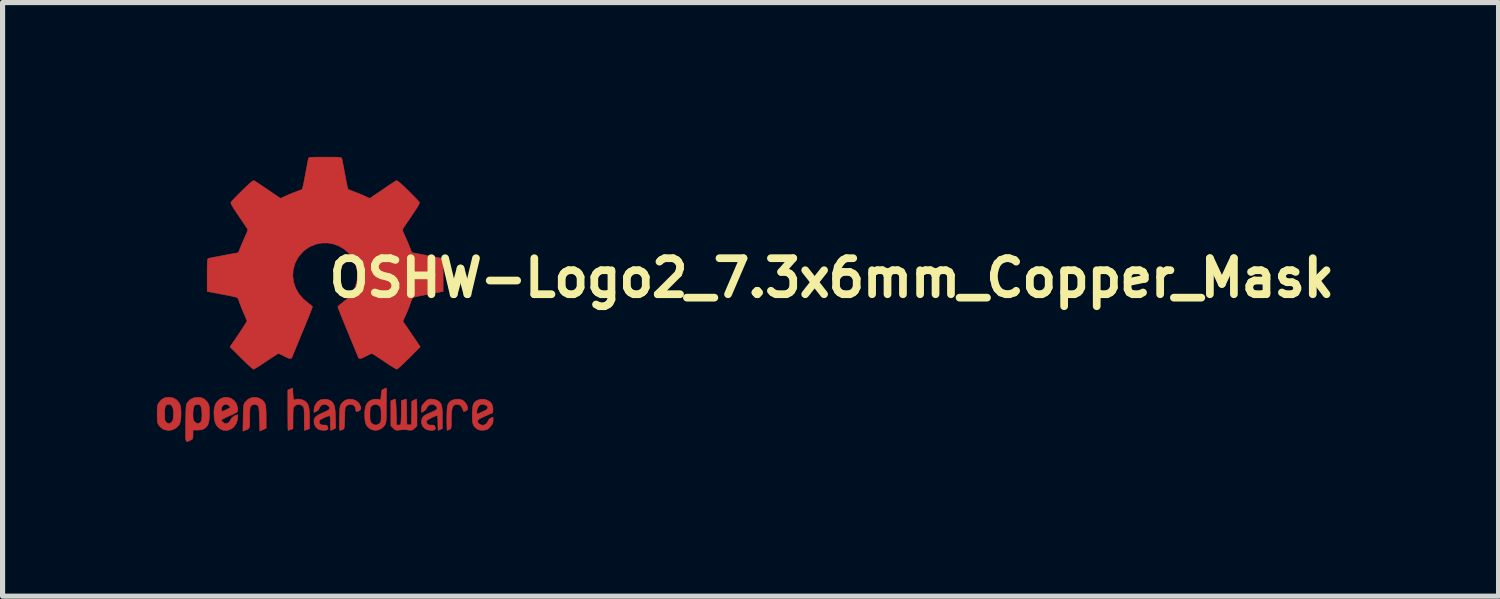
<source format=kicad_pcb>
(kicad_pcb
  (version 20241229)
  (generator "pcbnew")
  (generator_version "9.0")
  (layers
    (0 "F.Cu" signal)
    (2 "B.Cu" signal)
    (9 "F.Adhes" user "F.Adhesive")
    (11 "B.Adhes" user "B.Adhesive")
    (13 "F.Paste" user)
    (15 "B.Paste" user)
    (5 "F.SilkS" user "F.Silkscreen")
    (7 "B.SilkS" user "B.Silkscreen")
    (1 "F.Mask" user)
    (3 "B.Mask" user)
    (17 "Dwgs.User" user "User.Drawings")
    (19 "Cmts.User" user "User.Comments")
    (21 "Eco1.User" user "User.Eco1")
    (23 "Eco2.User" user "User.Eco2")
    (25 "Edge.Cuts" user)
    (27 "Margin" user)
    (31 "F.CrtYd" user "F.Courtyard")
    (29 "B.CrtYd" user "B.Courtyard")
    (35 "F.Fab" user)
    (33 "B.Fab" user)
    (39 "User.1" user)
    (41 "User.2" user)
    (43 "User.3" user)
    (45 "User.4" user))
  (footprint "OSHW-Logo2_7.3x6mm_Copper_Mask"
    (layer "F.Cu")
    (at 3.271 2.763)
    (property "Reference" "OSHW-Logo2_7.3x6mm_Copper_Mask" (at 0 0 0) (layer "F.SilkS") (effects (font (size 0.7 0.7) (thickness 0.15)) (justify left bottom)))
    (attr through_hole)
    (fp_poly (pts (xy 2.652 1.958) (xy 2.669 1.966) (xy 2.711 1.999) (xy 2.746 2.046) (xy 2.768 2.097) (xy 2.772 2.122) (xy 2.76 2.156) (xy 2.734 2.175) (xy 2.705 2.186) (xy 2.693 2.188) (xy 2.686 2.173) (xy 2.674 2.141) (xy 2.669 2.126) (xy 2.638 2.075) (xy 2.594 2.05) (xy 2.538 2.051) (xy 2.533 2.052) (xy 2.503 2.066) (xy 2.481 2.094) (xy 2.466 2.139) (xy 2.457 2.204) (xy 2.453 2.293) (xy 2.452 2.341) (xy 2.452 2.416) (xy 2.451 2.467) (xy 2.448 2.499) (xy 2.442 2.518) (xy 2.431 2.529) (xy 2.416 2.537) (xy 2.415 2.537) (xy 2.386 2.549) (xy 2.372 2.554) (xy 2.37 2.54) (xy 2.368 2.502) (xy 2.366 2.445) (xy 2.365 2.374) (xy 2.365 2.321) (xy 2.366 2.22) (xy 2.37 2.143) (xy 2.377 2.086) (xy 2.389 2.044) (xy 2.407 2.014) (xy 2.432 1.99) (xy 2.457 1.973) (xy 2.517 1.951) (xy 2.586 1.946) (xy 2.652 1.958)) (stroke (width 0.01) (type solid)) (fill yes) (layer "F.Cu"))
    (fp_poly (pts (xy -1.284 1.927) (xy -1.238 1.954) (xy -1.205 1.981) (xy -1.182 2.009) (xy -1.165 2.043) (xy -1.155 2.089) (xy -1.15 2.15) (xy -1.147 2.233) (xy -1.147 2.293) (xy -1.147 2.512) (xy -1.209 2.54) (xy -1.27 2.567) (xy -1.278 2.327) (xy -1.281 2.238) (xy -1.284 2.172) (xy -1.288 2.128) (xy -1.293 2.098) (xy -1.3 2.08) (xy -1.31 2.069) (xy -1.313 2.067) (xy -1.361 2.048) (xy -1.409 2.055) (xy -1.437 2.075) (xy -1.449 2.089) (xy -1.457 2.108) (xy -1.462 2.136) (xy -1.465 2.179) (xy -1.466 2.241) (xy -1.466 2.307) (xy -1.466 2.389) (xy -1.468 2.447) (xy -1.473 2.486) (xy -1.483 2.511) (xy -1.5 2.528) (xy -1.526 2.541) (xy -1.561 2.554) (xy -1.599 2.569) (xy -1.594 2.311) (xy -1.593 2.218) (xy -1.59 2.149) (xy -1.587 2.1) (xy -1.583 2.066) (xy -1.576 2.041) (xy -1.566 2.022) (xy -1.555 2.004) (xy -1.499 1.949) (xy -1.432 1.917) (xy -1.358 1.91) (xy -1.284 1.927)) (stroke (width 0.01) (type solid)) (fill yes) (layer "F.Cu"))
    (fp_poly (pts (xy 0.529 1.949) (xy 0.595 1.974) (xy 0.649 2.017) (xy 0.67 2.047) (xy 0.692 2.102) (xy 0.692 2.143) (xy 0.668 2.17) (xy 0.659 2.174) (xy 0.621 2.189) (xy 0.602 2.185) (xy 0.595 2.161) (xy 0.595 2.148) (xy 0.582 2.099) (xy 0.551 2.064) (xy 0.507 2.048) (xy 0.458 2.052) (xy 0.418 2.074) (xy 0.405 2.086) (xy 0.395 2.101) (xy 0.389 2.124) (xy 0.385 2.159) (xy 0.382 2.212) (xy 0.38 2.287) (xy 0.379 2.311) (xy 0.377 2.393) (xy 0.375 2.451) (xy 0.372 2.489) (xy 0.367 2.513) (xy 0.358 2.526) (xy 0.346 2.534) (xy 0.339 2.538) (xy 0.307 2.55) (xy 0.288 2.554) (xy 0.281 2.54) (xy 0.278 2.499) (xy 0.276 2.43) (xy 0.277 2.333) (xy 0.277 2.318) (xy 0.28 2.229) (xy 0.282 2.165) (xy 0.286 2.119) (xy 0.291 2.086) (xy 0.299 2.063) (xy 0.31 2.043) (xy 0.316 2.035) (xy 0.35 1.998) (xy 0.387 1.969) (xy 0.392 1.966) (xy 0.459 1.946) (xy 0.529 1.949)) (stroke (width 0.01) (type solid)) (fill yes) (layer "F.Cu"))
    (fp_poly (pts (xy -0.625 1.851) (xy -0.62 1.91) (xy -0.615 1.945) (xy -0.609 1.96) (xy -0.599 1.961) (xy -0.596 1.959) (xy -0.553 1.946) (xy -0.497 1.946) (xy -0.441 1.96) (xy -0.405 1.977) (xy -0.369 2.005) (xy -0.343 2.037) (xy -0.325 2.077) (xy -0.313 2.131) (xy -0.307 2.203) (xy -0.305 2.298) (xy -0.305 2.317) (xy -0.305 2.522) (xy -0.351 2.538) (xy -0.383 2.549) (xy -0.401 2.554) (xy -0.402 2.554) (xy -0.404 2.54) (xy -0.405 2.503) (xy -0.406 2.446) (xy -0.407 2.375) (xy -0.407 2.332) (xy -0.407 2.246) (xy -0.408 2.185) (xy -0.411 2.144) (xy -0.415 2.116) (xy -0.423 2.098) (xy -0.434 2.084) (xy -0.44 2.078) (xy -0.487 2.051) (xy -0.538 2.049) (xy -0.584 2.071) (xy -0.593 2.08) (xy -0.606 2.095) (xy -0.614 2.113) (xy -0.62 2.139) (xy -0.623 2.179) (xy -0.624 2.237) (xy -0.625 2.318) (xy -0.625 2.522) (xy -0.67 2.538) (xy -0.703 2.549) (xy -0.721 2.554) (xy -0.722 2.54) (xy -0.724 2.501) (xy -0.725 2.44) (xy -0.725 2.362) (xy -0.726 2.269) (xy -0.726 2.166) (xy -0.726 1.769) (xy -0.679 1.749) (xy -0.632 1.729) (xy -0.625 1.851)) (stroke (width 0.01) (type solid)) (fill yes) (layer "F.Cu"))
    (fp_poly (pts (xy 1.779 1.958) (xy 1.782 1.996) (xy 1.783 2.054) (xy 1.784 2.128) (xy 1.785 2.205) (xy 1.785 2.465) (xy 1.739 2.511) (xy 1.707 2.539) (xy 1.679 2.55) (xy 1.641 2.55) (xy 1.626 2.548) (xy 1.579 2.542) (xy 1.54 2.539) (xy 1.531 2.539) (xy 1.499 2.541) (xy 1.453 2.546) (xy 1.435 2.548) (xy 1.392 2.551) (xy 1.362 2.544) (xy 1.333 2.521) (xy 1.323 2.511) (xy 1.277 2.465) (xy 1.277 1.978) (xy 1.314 1.961) (xy 1.346 1.949) (xy 1.364 1.944) (xy 1.369 1.958) (xy 1.373 1.997) (xy 1.377 2.056) (xy 1.38 2.131) (xy 1.382 2.195) (xy 1.386 2.445) (xy 1.42 2.45) (xy 1.452 2.447) (xy 1.467 2.436) (xy 1.472 2.415) (xy 1.475 2.371) (xy 1.478 2.309) (xy 1.48 2.234) (xy 1.48 2.196) (xy 1.48 1.976) (xy 1.526 1.96) (xy 1.558 1.95) (xy 1.576 1.944) (xy 1.578 1.958) (xy 1.58 1.996) (xy 1.582 2.054) (xy 1.584 2.127) (xy 1.585 2.195) (xy 1.589 2.445) (xy 1.676 2.445) (xy 1.68 2.217) (xy 1.684 1.988) (xy 1.726 1.966) (xy 1.758 1.951) (xy 1.776 1.944) (xy 1.777 1.944) (xy 1.779 1.958)) (stroke (width 0.01) (type solid)) (fill yes) (layer "F.Cu"))
    (fp_poly (pts (xy -2.959 1.921) (xy -2.891 1.957) (xy -2.841 2.015) (xy -2.823 2.052) (xy -2.809 2.107) (xy -2.802 2.178) (xy -2.802 2.254) (xy -2.807 2.329) (xy -2.818 2.394) (xy -2.835 2.44) (xy -2.84 2.448) (xy -2.9 2.508) (xy -2.972 2.544) (xy -3.049 2.555) (xy -3.128 2.538) (xy -3.15 2.529) (xy -3.192 2.499) (xy -3.23 2.459) (xy -3.233 2.454) (xy -3.248 2.43) (xy -3.257 2.404) (xy -3.263 2.37) (xy -3.265 2.321) (xy -3.266 2.25) (xy -3.266 2.235) (xy -3.266 2.23) (xy -3.121 2.23) (xy -3.12 2.296) (xy -3.117 2.34) (xy -3.11 2.368) (xy -3.098 2.388) (xy -3.092 2.394) (xy -3.057 2.419) (xy -3.024 2.418) (xy -2.99 2.397) (xy -2.969 2.374) (xy -2.957 2.34) (xy -2.95 2.287) (xy -2.95 2.281) (xy -2.949 2.185) (xy -2.961 2.114) (xy -2.986 2.068) (xy -3.024 2.047) (xy -3.038 2.046) (xy -3.073 2.052) (xy -3.098 2.071) (xy -3.112 2.109) (xy -3.12 2.168) (xy -3.121 2.23) (xy -3.266 2.23) (xy -3.266 2.16) (xy -3.263 2.108) (xy -3.258 2.071) (xy -3.25 2.045) (xy -3.236 2.021) (xy -3.234 2.017) (xy -3.184 1.958) (xy -3.13 1.923) (xy -3.065 1.91) (xy -3.043 1.909) (xy -2.959 1.921)) (stroke (width 0.01) (type solid)) (fill yes) (layer "F.Cu"))
    (fp_poly (pts (xy 3.153 1.966) (xy 3.211 2.004) (xy 3.238 2.038) (xy 3.26 2.099) (xy 3.262 2.147) (xy 3.258 2.211) (xy 3.109 2.276) (xy 3.037 2.31) (xy 2.99 2.336) (xy 2.965 2.36) (xy 2.961 2.382) (xy 2.974 2.407) (xy 2.989 2.423) (xy 3.033 2.45) (xy 3.081 2.452) (xy 3.125 2.431) (xy 3.157 2.39) (xy 3.163 2.376) (xy 3.19 2.331) (xy 3.222 2.312) (xy 3.265 2.295) (xy 3.265 2.357) (xy 3.261 2.4) (xy 3.246 2.435) (xy 3.215 2.476) (xy 3.21 2.482) (xy 3.175 2.518) (xy 3.145 2.538) (xy 3.107 2.547) (xy 3.076 2.55) (xy 3.02 2.55) (xy 2.98 2.541) (xy 2.955 2.527) (xy 2.916 2.497) (xy 2.889 2.464) (xy 2.872 2.423) (xy 2.863 2.367) (xy 2.859 2.291) (xy 2.859 2.252) (xy 2.86 2.206) (xy 2.948 2.206) (xy 2.949 2.231) (xy 2.951 2.235) (xy 2.968 2.229) (xy 3.004 2.215) (xy 3.052 2.194) (xy 3.062 2.189) (xy 3.123 2.158) (xy 3.156 2.131) (xy 3.163 2.106) (xy 3.146 2.08) (xy 3.131 2.069) (xy 3.079 2.046) (xy 3.03 2.05) (xy 2.989 2.077) (xy 2.96 2.127) (xy 2.951 2.166) (xy 2.948 2.206) (xy 2.86 2.206) (xy 2.861 2.162) (xy 2.868 2.095) (xy 2.881 2.046) (xy 2.904 2.01) (xy 2.936 1.982) (xy 2.95 1.973) (xy 3.015 1.949) (xy 3.085 1.948) (xy 3.153 1.966)) (stroke (width 0.01) (type solid)) (fill yes) (layer "F.Cu"))
    (fp_poly (pts (xy -1.832 1.931) (xy -1.775 1.969) (xy -1.731 2.025) (xy -1.704 2.096) (xy -1.699 2.148) (xy -1.7 2.169) (xy -1.705 2.186) (xy -1.719 2.201) (xy -1.746 2.217) (xy -1.791 2.239) (xy -1.858 2.269) (xy -1.92 2.297) (xy -1.971 2.322) (xy -2.005 2.342) (xy -2.018 2.352) (xy -2.007 2.376) (xy -1.98 2.401) (xy -1.95 2.42) (xy -1.934 2.423) (xy -1.892 2.411) (xy -1.856 2.379) (xy -1.838 2.344) (xy -1.821 2.318) (xy -1.788 2.289) (xy -1.748 2.264) (xy -1.714 2.25) (xy -1.707 2.249) (xy -1.698 2.262) (xy -1.698 2.293) (xy -1.704 2.336) (xy -1.715 2.382) (xy -1.731 2.422) (xy -1.731 2.424) (xy -1.778 2.489) (xy -1.838 2.533) (xy -1.906 2.554) (xy -1.977 2.552) (xy -2.045 2.523) (xy -2.048 2.521) (xy -2.101 2.473) (xy -2.136 2.41) (xy -2.156 2.327) (xy -2.158 2.304) (xy -2.163 2.194) (xy -2.157 2.142) (xy -2.018 2.142) (xy -2.016 2.174) (xy -2.006 2.184) (xy -1.982 2.177) (xy -1.943 2.16) (xy -1.899 2.139) (xy -1.898 2.139) (xy -1.861 2.119) (xy -1.847 2.107) (xy -1.85 2.093) (xy -1.866 2.075) (xy -1.905 2.049) (xy -1.947 2.047) (xy -1.984 2.066) (xy -2.01 2.102) (xy -2.018 2.142) (xy -2.157 2.142) (xy -2.153 2.106) (xy -2.129 2.036) (xy -2.095 1.987) (xy -2.034 1.937) (xy -1.966 1.913) (xy -1.898 1.911) (xy -1.832 1.931)) (stroke (width 0.01) (type solid)) (fill yes) (layer "F.Cu"))
    (fp_poly (pts (xy 1.19 2.065) (xy 1.189 2.173) (xy 1.189 2.257) (xy 1.187 2.319) (xy 1.185 2.365) (xy 1.18 2.397) (xy 1.175 2.42) (xy 1.167 2.438) (xy 1.161 2.449) (xy 1.111 2.505) (xy 1.049 2.541) (xy 0.98 2.554) (xy 0.91 2.542) (xy 0.869 2.521) (xy 0.826 2.485) (xy 0.796 2.441) (xy 0.778 2.383) (xy 0.77 2.306) (xy 0.769 2.249) (xy 0.769 2.245) (xy 0.87 2.245) (xy 0.871 2.31) (xy 0.874 2.353) (xy 0.88 2.381) (xy 0.892 2.401) (xy 0.906 2.417) (xy 0.953 2.446) (xy 1.003 2.449) (xy 1.051 2.424) (xy 1.054 2.421) (xy 1.07 2.403) (xy 1.08 2.383) (xy 1.086 2.352) (xy 1.088 2.304) (xy 1.088 2.251) (xy 1.087 2.185) (xy 1.084 2.141) (xy 1.078 2.112) (xy 1.066 2.091) (xy 1.057 2.08) (xy 1.012 2.052) (xy 0.962 2.048) (xy 0.913 2.07) (xy 0.904 2.078) (xy 0.888 2.095) (xy 0.878 2.116) (xy 0.873 2.147) (xy 0.871 2.196) (xy 0.87 2.245) (xy 0.769 2.245) (xy 0.772 2.158) (xy 0.784 2.09) (xy 0.807 2.038) (xy 0.842 1.998) (xy 0.869 1.977) (xy 0.918 1.955) (xy 0.976 1.945) (xy 1.029 1.948) (xy 1.059 1.959) (xy 1.071 1.962) (xy 1.079 1.95) (xy 1.084 1.918) (xy 1.088 1.87) (xy 1.093 1.816) (xy 1.099 1.784) (xy 1.11 1.765) (xy 1.13 1.753) (xy 1.142 1.748) (xy 1.19 1.728) (xy 1.19 2.065)) (stroke (width 0.01) (type solid)) (fill yes) (layer "F.Cu"))
    (fp_poly (pts (xy 0.039 1.95) (xy 0.096 1.972) (xy 0.097 1.972) (xy 0.132 1.998) (xy 0.158 2.028) (xy 0.176 2.068) (xy 0.188 2.121) (xy 0.196 2.193) (xy 0.2 2.289) (xy 0.2 2.303) (xy 0.205 2.508) (xy 0.161 2.531) (xy 0.129 2.547) (xy 0.11 2.554) (xy 0.109 2.554) (xy 0.106 2.541) (xy 0.103 2.504) (xy 0.101 2.451) (xy 0.101 2.408) (xy 0.101 2.338) (xy 0.098 2.294) (xy 0.087 2.273) (xy 0.063 2.272) (xy 0.022 2.288) (xy -0.04 2.317) (xy -0.086 2.341) (xy -0.11 2.362) (xy -0.117 2.385) (xy -0.117 2.386) (xy -0.105 2.426) (xy -0.071 2.447) (xy -0.02 2.45) (xy 0.018 2.45) (xy 0.037 2.46) (xy 0.049 2.486) (xy 0.057 2.519) (xy 0.046 2.537) (xy 0.043 2.54) (xy 0.007 2.551) (xy -0.044 2.552) (xy -0.096 2.545) (xy -0.133 2.532) (xy -0.184 2.489) (xy -0.212 2.429) (xy -0.218 2.382) (xy -0.214 2.34) (xy -0.198 2.305) (xy -0.167 2.274) (xy -0.116 2.243) (xy -0.041 2.209) (xy -0.037 2.207) (xy 0.03 2.176) (xy 0.072 2.15) (xy 0.089 2.128) (xy 0.086 2.104) (xy 0.062 2.078) (xy 0.055 2.071) (xy 0.008 2.048) (xy -0.041 2.049) (xy -0.083 2.072) (xy -0.111 2.115) (xy -0.114 2.124) (xy -0.139 2.165) (xy -0.171 2.185) (xy -0.218 2.204) (xy -0.218 2.153) (xy -0.204 2.08) (xy -0.162 2.012) (xy -0.14 1.989) (xy -0.09 1.96) (xy -0.027 1.947) (xy 0.039 1.95)) (stroke (width 0.01) (type solid)) (fill yes) (layer "F.Cu"))
    (fp_poly (pts (xy -2.401 1.919) (xy -2.345 1.947) (xy -2.296 1.998) (xy -2.283 2.017) (xy -2.268 2.042) (xy -2.259 2.068) (xy -2.253 2.104) (xy -2.251 2.156) (xy -2.25 2.224) (xy -2.253 2.317) (xy -2.261 2.387) (xy -2.277 2.439) (xy -2.303 2.479) (xy -2.34 2.512) (xy -2.343 2.514) (xy -2.379 2.534) (xy -2.423 2.544) (xy -2.479 2.547) (xy -2.569 2.547) (xy -2.569 2.635) (xy -2.57 2.684) (xy -2.575 2.713) (xy -2.589 2.73) (xy -2.615 2.744) (xy -2.621 2.747) (xy -2.65 2.761) (xy -2.672 2.77) (xy -2.689 2.771) (xy -2.7 2.761) (xy -2.708 2.737) (xy -2.712 2.696) (xy -2.714 2.636) (xy -2.713 2.553) (xy -2.712 2.445) (xy -2.712 2.412) (xy -2.71 2.301) (xy -2.709 2.228) (xy -2.57 2.228) (xy -2.569 2.29) (xy -2.565 2.33) (xy -2.557 2.357) (xy -2.543 2.378) (xy -2.534 2.388) (xy -2.495 2.417) (xy -2.461 2.419) (xy -2.425 2.395) (xy -2.424 2.394) (xy -2.41 2.376) (xy -2.401 2.35) (xy -2.397 2.311) (xy -2.395 2.251) (xy -2.395 2.238) (xy -2.399 2.155) (xy -2.41 2.098) (xy -2.429 2.063) (xy -2.459 2.048) (xy -2.476 2.046) (xy -2.517 2.053) (xy -2.545 2.078) (xy -2.561 2.122) (xy -2.569 2.191) (xy -2.57 2.228) (xy -2.709 2.228) (xy -2.709 2.215) (xy -2.707 2.15) (xy -2.704 2.102) (xy -2.7 2.069) (xy -2.695 2.045) (xy -2.687 2.027) (xy -2.678 2.012) (xy -2.674 2.006) (xy -2.619 1.951) (xy -2.55 1.919) (xy -2.47 1.911) (xy -2.401 1.919)) (stroke (width 0.01) (type solid)) (fill yes) (layer "F.Cu"))
    (fp_poly (pts (xy 2.144 1.956) (xy 2.186 1.975) (xy 2.219 1.998) (xy 2.243 2.024) (xy 2.26 2.057) (xy 2.27 2.102) (xy 2.276 2.165) (xy 2.278 2.249) (xy 2.278 2.304) (xy 2.278 2.52) (xy 2.241 2.537) (xy 2.212 2.549) (xy 2.198 2.554) (xy 2.195 2.541) (xy 2.193 2.504) (xy 2.191 2.451) (xy 2.191 2.409) (xy 2.19 2.348) (xy 2.187 2.3) (xy 2.182 2.27) (xy 2.178 2.264) (xy 2.152 2.27) (xy 2.112 2.287) (xy 2.065 2.309) (xy 2.02 2.333) (xy 1.986 2.354) (xy 1.97 2.369) (xy 1.969 2.369) (xy 1.971 2.397) (xy 1.983 2.423) (xy 2.005 2.444) (xy 2.037 2.451) (xy 2.065 2.45) (xy 2.103 2.45) (xy 2.124 2.459) (xy 2.136 2.483) (xy 2.137 2.487) (xy 2.143 2.521) (xy 2.129 2.542) (xy 2.092 2.552) (xy 2.052 2.554) (xy 1.98 2.54) (xy 1.943 2.521) (xy 1.897 2.475) (xy 1.873 2.419) (xy 1.871 2.36) (xy 1.891 2.305) (xy 1.922 2.271) (xy 1.953 2.252) (xy 2.001 2.227) (xy 2.058 2.202) (xy 2.067 2.199) (xy 2.13 2.171) (xy 2.165 2.147) (xy 2.177 2.123) (xy 2.166 2.096) (xy 2.148 2.075) (xy 2.104 2.049) (xy 2.056 2.047) (xy 2.012 2.067) (xy 1.98 2.107) (xy 1.976 2.117) (xy 1.952 2.155) (xy 1.916 2.183) (xy 1.872 2.206) (xy 1.872 2.141) (xy 1.874 2.101) (xy 1.886 2.069) (xy 1.911 2.036) (xy 1.935 2.01) (xy 1.972 1.973) (xy 2.001 1.954) (xy 2.032 1.946) (xy 2.067 1.944) (xy 2.144 1.956)) (stroke (width 0.01) (type solid)) (fill yes) (layer "F.Cu"))
    (fp_poly (pts (xy 0.103 -2.758) (xy 0.182 -2.758) (xy 0.239 -2.757) (xy 0.278 -2.754) (xy 0.302 -2.751) (xy 0.316 -2.745) (xy 0.322 -2.737) (xy 0.326 -2.727) (xy 0.326 -2.726) (xy 0.331 -2.701) (xy 0.34 -2.654) (xy 0.353 -2.588) (xy 0.368 -2.508) (xy 0.384 -2.421) (xy 0.385 -2.418) (xy 0.401 -2.332) (xy 0.416 -2.256) (xy 0.429 -2.194) (xy 0.44 -2.152) (xy 0.446 -2.134) (xy 0.446 -2.133) (xy 0.464 -2.124) (xy 0.502 -2.109) (xy 0.551 -2.091) (xy 0.613 -2.068) (xy 0.685 -2.039) (xy 0.754 -2.009) (xy 0.757 -2.007) (xy 0.868 -1.957) (xy 1.115 -2.125) (xy 1.191 -2.177) (xy 1.259 -2.223) (xy 1.317 -2.26) (xy 1.359 -2.288) (xy 1.382 -2.302) (xy 1.385 -2.303) (xy 1.402 -2.298) (xy 1.433 -2.276) (xy 1.481 -2.235) (xy 1.546 -2.175) (xy 1.612 -2.11) (xy 1.676 -2.047) (xy 1.733 -1.989) (xy 1.78 -1.94) (xy 1.813 -1.904) (xy 1.83 -1.885) (xy 1.83 -1.883) (xy 1.832 -1.87) (xy 1.825 -1.848) (xy 1.808 -1.814) (xy 1.779 -1.766) (xy 1.736 -1.7) (xy 1.679 -1.615) (xy 1.628 -1.54) (xy 1.583 -1.473) (xy 1.546 -1.418) (xy 1.519 -1.378) (xy 1.505 -1.358) (xy 1.505 -1.356) (xy 1.506 -1.336) (xy 1.519 -1.298) (xy 1.54 -1.249) (xy 1.547 -1.233) (xy 1.579 -1.162) (xy 1.614 -1.082) (xy 1.642 -1.013) (xy 1.662 -0.961) (xy 1.678 -0.922) (xy 1.687 -0.902) (xy 1.689 -0.9) (xy 1.706 -0.898) (xy 1.746 -0.891) (xy 1.804 -0.88) (xy 1.874 -0.867) (xy 1.952 -0.852) (xy 2.031 -0.837) (xy 2.107 -0.822) (xy 2.174 -0.809) (xy 2.226 -0.799) (xy 2.259 -0.792) (xy 2.267 -0.79) (xy 2.276 -0.786) (xy 2.282 -0.775) (xy 2.287 -0.754) (xy 2.29 -0.721) (xy 2.291 -0.67) (xy 2.292 -0.599) (xy 2.293 -0.504) (xy 2.293 -0.465) (xy 2.293 -0.148) (xy 2.217 -0.133) (xy 2.174 -0.125) (xy 2.111 -0.113) (xy 2.034 -0.098) (xy 1.953 -0.083) (xy 1.93 -0.079) (xy 1.854 -0.064) (xy 1.788 -0.05) (xy 1.738 -0.037) (xy 1.708 -0.027) (xy 1.703 -0.024) (xy 1.691 -0.003) (xy 1.673 0.037) (xy 1.654 0.09) (xy 1.65 0.101) (xy 1.625 0.171) (xy 1.593 0.25) (xy 1.562 0.321) (xy 1.511 0.432) (xy 1.68 0.681) (xy 1.849 0.929) (xy 1.632 1.147) (xy 1.566 1.211) (xy 1.506 1.268) (xy 1.456 1.315) (xy 1.418 1.347) (xy 1.395 1.363) (xy 1.392 1.364) (xy 1.373 1.356) (xy 1.335 1.334) (xy 1.281 1.301) (xy 1.216 1.259) (xy 1.145 1.211) (xy 1.074 1.163) (xy 1.01 1.121) (xy 0.959 1.088) (xy 0.922 1.067) (xy 0.906 1.059) (xy 0.887 1.066) (xy 0.849 1.083) (xy 0.802 1.107) (xy 0.797 1.11) (xy 0.733 1.141) (xy 0.69 1.157) (xy 0.663 1.157) (xy 0.649 1.143) (xy 0.648 1.142) (xy 0.641 1.125) (xy 0.625 1.084) (xy 0.599 1.023) (xy 0.567 0.944) (xy 0.528 0.851) (xy 0.485 0.748) (xy 0.444 0.647) (xy 0.398 0.536) (xy 0.356 0.433) (xy 0.319 0.342) (xy 0.288 0.265) (xy 0.265 0.205) (xy 0.251 0.167) (xy 0.246 0.152) (xy 0.257 0.136) (xy 0.287 0.109) (xy 0.325 0.08) (xy 0.436 -0.011) (xy 0.523 -0.117) (xy 0.584 -0.233) (xy 0.619 -0.359) (xy 0.627 -0.491) (xy 0.621 -0.552) (xy 0.591 -0.679) (xy 0.537 -0.791) (xy 0.465 -0.886) (xy 0.377 -0.965) (xy 0.277 -1.026) (xy 0.168 -1.068) (xy 0.053 -1.089) (xy -0.065 -1.089) (xy -0.182 -1.066) (xy -0.295 -1.02) (xy -0.4 -0.949) (xy -0.444 -0.909) (xy -0.529 -0.805) (xy -0.587 -0.693) (xy -0.621 -0.573) (xy -0.629 -0.451) (xy -0.614 -0.33) (xy -0.574 -0.211) (xy -0.51 -0.1) (xy -0.423 0.001) (xy -0.326 0.08) (xy -0.286 0.111) (xy -0.258 0.137) (xy -0.247 0.152) (xy -0.253 0.169) (xy -0.268 0.21) (xy -0.292 0.271) (xy -0.323 0.35) (xy -0.361 0.442) (xy -0.403 0.546) (xy -0.445 0.647) (xy -0.491 0.758) (xy -0.533 0.861) (xy -0.571 0.953) (xy -0.603 1.03) (xy -0.628 1.089) (xy -0.644 1.128) (xy -0.65 1.142) (xy -0.664 1.157) (xy -0.691 1.157) (xy -0.734 1.142) (xy -0.798 1.11) (xy -0.846 1.085) (xy -0.885 1.067) (xy -0.906 1.059) (xy -0.907 1.059) (xy -0.924 1.067) (xy -0.96 1.089) (xy -1.012 1.122) (xy -1.076 1.164) (xy -1.146 1.211) (xy -1.218 1.26) (xy -1.283 1.302) (xy -1.337 1.335) (xy -1.375 1.356) (xy -1.393 1.364) (xy -1.41 1.354) (xy -1.443 1.326) (xy -1.49 1.284) (xy -1.548 1.23) (xy -1.612 1.167) (xy -1.633 1.146) (xy -1.85 0.929) (xy -1.685 0.687) (xy -1.635 0.612) (xy -1.591 0.545) (xy -1.555 0.49) (xy -1.531 0.45) (xy -1.52 0.43) (xy -1.52 0.428) (xy -1.525 0.409) (xy -1.541 0.369) (xy -1.563 0.317) (xy -1.579 0.282) (xy -1.608 0.215) (xy -1.635 0.147) (xy -1.657 0.09) (xy -1.663 0.072) (xy -1.679 0.025) (xy -1.695 -0.011) (xy -1.704 -0.024) (xy -1.724 -0.033) (xy -1.766 -0.044) (xy -1.826 -0.058) (xy -1.899 -0.073) (xy -1.931 -0.079) (xy -2.013 -0.094) (xy -2.092 -0.109) (xy -2.159 -0.122) (xy -2.208 -0.131) (xy -2.218 -0.133) (xy -2.294 -0.148) (xy -2.294 -0.465) (xy -2.294 -0.569) (xy -2.293 -0.648) (xy -2.291 -0.705) (xy -2.289 -0.745) (xy -2.285 -0.769) (xy -2.279 -0.783) (xy -2.271 -0.789) (xy -2.268 -0.79) (xy -2.25 -0.795) (xy -2.208 -0.803) (xy -2.149 -0.815) (xy -2.078 -0.828) (xy -2 -0.843) (xy -1.921 -0.858) (xy -1.845 -0.872) (xy -1.779 -0.885) (xy -1.728 -0.894) (xy -1.697 -0.899) (xy -1.69 -0.9) (xy -1.683 -0.913) (xy -1.669 -0.946) (xy -1.65 -0.994) (xy -1.643 -1.013) (xy -1.614 -1.085) (xy -1.579 -1.165) (xy -1.548 -1.233) (xy -1.525 -1.284) (xy -1.51 -1.327) (xy -1.505 -1.353) (xy -1.506 -1.356) (xy -1.516 -1.373) (xy -1.541 -1.409) (xy -1.576 -1.462) (xy -1.62 -1.527) (xy -1.67 -1.6) (xy -1.68 -1.615) (xy -1.738 -1.701) (xy -1.781 -1.766) (xy -1.809 -1.814) (xy -1.826 -1.848) (xy -1.833 -1.87) (xy -1.831 -1.883) (xy -1.817 -1.901) (xy -1.785 -1.936) (xy -1.739 -1.983) (xy -1.683 -2.04) (xy -1.62 -2.103) (xy -1.613 -2.11) (xy -1.533 -2.187) (xy -1.472 -2.244) (xy -1.427 -2.281) (xy -1.398 -2.3) (xy -1.386 -2.303) (xy -1.367 -2.292) (xy -1.329 -2.268) (xy -1.274 -2.232) (xy -1.208 -2.188) (xy -1.133 -2.137) (xy -1.116 -2.125) (xy -0.869 -1.957) (xy -0.758 -2.007) (xy -0.69 -2.037) (xy -0.617 -2.067) (xy -0.555 -2.09) (xy -0.552 -2.091) (xy -0.503 -2.109) (xy -0.465 -2.124) (xy -0.447 -2.133) (xy -0.441 -2.15) (xy -0.431 -2.19) (xy -0.418 -2.25) (xy -0.403 -2.325) (xy -0.387 -2.41) (xy -0.386 -2.418) (xy -0.369 -2.505) (xy -0.354 -2.585) (xy -0.342 -2.652) (xy -0.332 -2.7) (xy -0.327 -2.725) (xy -0.327 -2.726) (xy -0.324 -2.736) (xy -0.318 -2.744) (xy -0.305 -2.75) (xy -0.282 -2.754) (xy -0.245 -2.756) (xy -0.19 -2.758) (xy -0.114 -2.758) (xy -0.014 -2.758) (xy 0 -2.758) (xy 0.103 -2.758)) (stroke (width 0.01) (type solid)) (fill yes) (layer "F.Cu"))
    (fp_poly (pts (xy 2.652 1.958) (xy 2.669 1.966) (xy 2.711 1.999) (xy 2.746 2.046) (xy 2.768 2.097) (xy 2.772 2.122) (xy 2.76 2.156) (xy 2.734 2.175) (xy 2.705 2.186) (xy 2.693 2.188) (xy 2.686 2.173) (xy 2.674 2.141) (xy 2.669 2.126) (xy 2.638 2.075) (xy 2.594 2.05) (xy 2.538 2.051) (xy 2.533 2.052) (xy 2.503 2.066) (xy 2.481 2.094) (xy 2.466 2.139) (xy 2.457 2.204) (xy 2.453 2.293) (xy 2.452 2.341) (xy 2.452 2.416) (xy 2.451 2.467) (xy 2.448 2.499) (xy 2.442 2.518) (xy 2.431 2.529) (xy 2.416 2.537) (xy 2.415 2.537) (xy 2.386 2.549) (xy 2.372 2.554) (xy 2.37 2.54) (xy 2.368 2.502) (xy 2.366 2.445) (xy 2.365 2.374) (xy 2.365 2.321) (xy 2.366 2.22) (xy 2.37 2.143) (xy 2.377 2.086) (xy 2.389 2.044) (xy 2.407 2.014) (xy 2.432 1.99) (xy 2.457 1.973) (xy 2.517 1.951) (xy 2.586 1.946) (xy 2.652 1.958)) (stroke (width 0.01) (type solid)) (fill yes) (layer "F.Mask"))
    (fp_poly (pts (xy -1.284 1.927) (xy -1.238 1.954) (xy -1.205 1.981) (xy -1.182 2.009) (xy -1.165 2.043) (xy -1.155 2.089) (xy -1.15 2.15) (xy -1.147 2.233) (xy -1.147 2.293) (xy -1.147 2.512) (xy -1.209 2.54) (xy -1.27 2.567) (xy -1.278 2.327) (xy -1.281 2.238) (xy -1.284 2.172) (xy -1.288 2.128) (xy -1.293 2.098) (xy -1.3 2.08) (xy -1.31 2.069) (xy -1.313 2.067) (xy -1.361 2.048) (xy -1.409 2.055) (xy -1.437 2.075) (xy -1.449 2.089) (xy -1.457 2.108) (xy -1.462 2.136) (xy -1.465 2.179) (xy -1.466 2.241) (xy -1.466 2.307) (xy -1.466 2.389) (xy -1.468 2.447) (xy -1.473 2.486) (xy -1.483 2.511) (xy -1.5 2.528) (xy -1.526 2.541) (xy -1.561 2.554) (xy -1.599 2.569) (xy -1.594 2.311) (xy -1.593 2.218) (xy -1.59 2.149) (xy -1.587 2.1) (xy -1.583 2.066) (xy -1.576 2.041) (xy -1.566 2.022) (xy -1.555 2.004) (xy -1.499 1.949) (xy -1.432 1.917) (xy -1.358 1.91) (xy -1.284 1.927)) (stroke (width 0.01) (type solid)) (fill yes) (layer "F.Mask"))
    (fp_poly (pts (xy 0.529 1.949) (xy 0.595 1.974) (xy 0.649 2.017) (xy 0.67 2.047) (xy 0.692 2.102) (xy 0.692 2.143) (xy 0.668 2.17) (xy 0.659 2.174) (xy 0.621 2.189) (xy 0.602 2.185) (xy 0.595 2.161) (xy 0.595 2.148) (xy 0.582 2.099) (xy 0.551 2.064) (xy 0.507 2.048) (xy 0.458 2.052) (xy 0.418 2.074) (xy 0.405 2.086) (xy 0.395 2.101) (xy 0.389 2.124) (xy 0.385 2.159) (xy 0.382 2.212) (xy 0.38 2.287) (xy 0.379 2.311) (xy 0.377 2.393) (xy 0.375 2.451) (xy 0.372 2.489) (xy 0.367 2.513) (xy 0.358 2.526) (xy 0.346 2.534) (xy 0.339 2.538) (xy 0.307 2.55) (xy 0.288 2.554) (xy 0.281 2.54) (xy 0.278 2.499) (xy 0.276 2.43) (xy 0.277 2.333) (xy 0.277 2.318) (xy 0.28 2.229) (xy 0.282 2.165) (xy 0.286 2.119) (xy 0.291 2.086) (xy 0.299 2.063) (xy 0.31 2.043) (xy 0.316 2.035) (xy 0.35 1.998) (xy 0.387 1.969) (xy 0.392 1.966) (xy 0.459 1.946) (xy 0.529 1.949)) (stroke (width 0.01) (type solid)) (fill yes) (layer "F.Mask"))
    (fp_poly (pts (xy -0.625 1.851) (xy -0.62 1.91) (xy -0.615 1.945) (xy -0.609 1.96) (xy -0.599 1.961) (xy -0.596 1.959) (xy -0.553 1.946) (xy -0.497 1.946) (xy -0.441 1.96) (xy -0.405 1.977) (xy -0.369 2.005) (xy -0.343 2.037) (xy -0.325 2.077) (xy -0.313 2.131) (xy -0.307 2.203) (xy -0.305 2.298) (xy -0.305 2.317) (xy -0.305 2.522) (xy -0.351 2.538) (xy -0.383 2.549) (xy -0.401 2.554) (xy -0.402 2.554) (xy -0.404 2.54) (xy -0.405 2.503) (xy -0.406 2.446) (xy -0.407 2.375) (xy -0.407 2.332) (xy -0.407 2.246) (xy -0.408 2.185) (xy -0.411 2.144) (xy -0.415 2.116) (xy -0.423 2.098) (xy -0.434 2.084) (xy -0.44 2.078) (xy -0.487 2.051) (xy -0.538 2.049) (xy -0.584 2.071) (xy -0.593 2.08) (xy -0.606 2.095) (xy -0.614 2.113) (xy -0.62 2.139) (xy -0.623 2.179) (xy -0.624 2.237) (xy -0.625 2.318) (xy -0.625 2.522) (xy -0.67 2.538) (xy -0.703 2.549) (xy -0.721 2.554) (xy -0.722 2.54) (xy -0.724 2.501) (xy -0.725 2.44) (xy -0.725 2.362) (xy -0.726 2.269) (xy -0.726 2.166) (xy -0.726 1.769) (xy -0.679 1.749) (xy -0.632 1.729) (xy -0.625 1.851)) (stroke (width 0.01) (type solid)) (fill yes) (layer "F.Mask"))
    (fp_poly (pts (xy 1.779 1.958) (xy 1.782 1.996) (xy 1.783 2.054) (xy 1.784 2.128) (xy 1.785 2.205) (xy 1.785 2.465) (xy 1.739 2.511) (xy 1.707 2.539) (xy 1.679 2.55) (xy 1.641 2.55) (xy 1.626 2.548) (xy 1.579 2.542) (xy 1.54 2.539) (xy 1.531 2.539) (xy 1.499 2.541) (xy 1.453 2.546) (xy 1.435 2.548) (xy 1.392 2.551) (xy 1.362 2.544) (xy 1.333 2.521) (xy 1.323 2.511) (xy 1.277 2.465) (xy 1.277 1.978) (xy 1.314 1.961) (xy 1.346 1.949) (xy 1.364 1.944) (xy 1.369 1.958) (xy 1.373 1.997) (xy 1.377 2.056) (xy 1.38 2.131) (xy 1.382 2.195) (xy 1.386 2.445) (xy 1.42 2.45) (xy 1.452 2.447) (xy 1.467 2.436) (xy 1.472 2.415) (xy 1.475 2.371) (xy 1.478 2.309) (xy 1.48 2.234) (xy 1.48 2.196) (xy 1.48 1.976) (xy 1.526 1.96) (xy 1.558 1.95) (xy 1.576 1.944) (xy 1.578 1.958) (xy 1.58 1.996) (xy 1.582 2.054) (xy 1.584 2.127) (xy 1.585 2.195) (xy 1.589 2.445) (xy 1.676 2.445) (xy 1.68 2.217) (xy 1.684 1.988) (xy 1.726 1.966) (xy 1.758 1.951) (xy 1.776 1.944) (xy 1.777 1.944) (xy 1.779 1.958)) (stroke (width 0.01) (type solid)) (fill yes) (layer "F.Mask"))
    (fp_poly (pts (xy -2.959 1.921) (xy -2.891 1.957) (xy -2.841 2.015) (xy -2.823 2.052) (xy -2.809 2.107) (xy -2.802 2.178) (xy -2.802 2.254) (xy -2.807 2.329) (xy -2.818 2.394) (xy -2.835 2.44) (xy -2.84 2.448) (xy -2.9 2.508) (xy -2.972 2.544) (xy -3.049 2.555) (xy -3.128 2.538) (xy -3.15 2.529) (xy -3.192 2.499) (xy -3.23 2.459) (xy -3.233 2.454) (xy -3.248 2.43) (xy -3.257 2.404) (xy -3.263 2.37) (xy -3.265 2.321) (xy -3.266 2.25) (xy -3.266 2.235) (xy -3.266 2.23) (xy -3.121 2.23) (xy -3.12 2.296) (xy -3.117 2.34) (xy -3.11 2.368) (xy -3.098 2.388) (xy -3.092 2.394) (xy -3.057 2.419) (xy -3.024 2.418) (xy -2.99 2.397) (xy -2.969 2.374) (xy -2.957 2.34) (xy -2.95 2.287) (xy -2.95 2.281) (xy -2.949 2.185) (xy -2.961 2.114) (xy -2.986 2.068) (xy -3.024 2.047) (xy -3.038 2.046) (xy -3.073 2.052) (xy -3.098 2.071) (xy -3.112 2.109) (xy -3.12 2.168) (xy -3.121 2.23) (xy -3.266 2.23) (xy -3.266 2.16) (xy -3.263 2.108) (xy -3.258 2.071) (xy -3.25 2.045) (xy -3.236 2.021) (xy -3.234 2.017) (xy -3.184 1.958) (xy -3.13 1.923) (xy -3.065 1.91) (xy -3.043 1.909) (xy -2.959 1.921)) (stroke (width 0.01) (type solid)) (fill yes) (layer "F.Mask"))
    (fp_poly (pts (xy 3.153 1.966) (xy 3.211 2.004) (xy 3.238 2.038) (xy 3.26 2.099) (xy 3.262 2.147) (xy 3.258 2.211) (xy 3.109 2.276) (xy 3.037 2.31) (xy 2.99 2.336) (xy 2.965 2.36) (xy 2.961 2.382) (xy 2.974 2.407) (xy 2.989 2.423) (xy 3.033 2.45) (xy 3.081 2.452) (xy 3.125 2.431) (xy 3.157 2.39) (xy 3.163 2.376) (xy 3.19 2.331) (xy 3.222 2.312) (xy 3.265 2.295) (xy 3.265 2.357) (xy 3.261 2.4) (xy 3.246 2.435) (xy 3.215 2.476) (xy 3.21 2.482) (xy 3.175 2.518) (xy 3.145 2.538) (xy 3.107 2.547) (xy 3.076 2.55) (xy 3.02 2.55) (xy 2.98 2.541) (xy 2.955 2.527) (xy 2.916 2.497) (xy 2.889 2.464) (xy 2.872 2.423) (xy 2.863 2.367) (xy 2.859 2.291) (xy 2.859 2.252) (xy 2.86 2.206) (xy 2.948 2.206) (xy 2.949 2.231) (xy 2.951 2.235) (xy 2.968 2.229) (xy 3.004 2.215) (xy 3.052 2.194) (xy 3.062 2.189) (xy 3.123 2.158) (xy 3.156 2.131) (xy 3.163 2.106) (xy 3.146 2.08) (xy 3.131 2.069) (xy 3.079 2.046) (xy 3.03 2.05) (xy 2.989 2.077) (xy 2.96 2.127) (xy 2.951 2.166) (xy 2.948 2.206) (xy 2.86 2.206) (xy 2.861 2.162) (xy 2.868 2.095) (xy 2.881 2.046) (xy 2.904 2.01) (xy 2.936 1.982) (xy 2.95 1.973) (xy 3.015 1.949) (xy 3.085 1.948) (xy 3.153 1.966)) (stroke (width 0.01) (type solid)) (fill yes) (layer "F.Mask"))
    (fp_poly (pts (xy -1.832 1.931) (xy -1.775 1.969) (xy -1.731 2.025) (xy -1.704 2.096) (xy -1.699 2.148) (xy -1.7 2.169) (xy -1.705 2.186) (xy -1.719 2.201) (xy -1.746 2.217) (xy -1.791 2.239) (xy -1.858 2.269) (xy -1.92 2.297) (xy -1.971 2.322) (xy -2.005 2.342) (xy -2.018 2.352) (xy -2.007 2.376) (xy -1.98 2.401) (xy -1.95 2.42) (xy -1.934 2.423) (xy -1.892 2.411) (xy -1.856 2.379) (xy -1.838 2.344) (xy -1.821 2.318) (xy -1.788 2.289) (xy -1.748 2.264) (xy -1.714 2.25) (xy -1.707 2.249) (xy -1.698 2.262) (xy -1.698 2.293) (xy -1.704 2.336) (xy -1.715 2.382) (xy -1.731 2.422) (xy -1.731 2.424) (xy -1.778 2.489) (xy -1.838 2.533) (xy -1.906 2.554) (xy -1.977 2.552) (xy -2.045 2.523) (xy -2.048 2.521) (xy -2.101 2.473) (xy -2.136 2.41) (xy -2.156 2.327) (xy -2.158 2.304) (xy -2.163 2.194) (xy -2.157 2.142) (xy -2.018 2.142) (xy -2.016 2.174) (xy -2.006 2.184) (xy -1.982 2.177) (xy -1.943 2.16) (xy -1.899 2.139) (xy -1.898 2.139) (xy -1.861 2.119) (xy -1.847 2.107) (xy -1.85 2.093) (xy -1.866 2.075) (xy -1.905 2.049) (xy -1.947 2.047) (xy -1.984 2.066) (xy -2.01 2.102) (xy -2.018 2.142) (xy -2.157 2.142) (xy -2.153 2.106) (xy -2.129 2.036) (xy -2.095 1.987) (xy -2.034 1.937) (xy -1.966 1.913) (xy -1.898 1.911) (xy -1.832 1.931)) (stroke (width 0.01) (type solid)) (fill yes) (layer "F.Mask"))
    (fp_poly (pts (xy 1.19 2.065) (xy 1.189 2.173) (xy 1.189 2.257) (xy 1.187 2.319) (xy 1.185 2.365) (xy 1.18 2.397) (xy 1.175 2.42) (xy 1.167 2.438) (xy 1.161 2.449) (xy 1.111 2.505) (xy 1.049 2.541) (xy 0.98 2.554) (xy 0.91 2.542) (xy 0.869 2.521) (xy 0.826 2.485) (xy 0.796 2.441) (xy 0.778 2.383) (xy 0.77 2.306) (xy 0.769 2.249) (xy 0.769 2.245) (xy 0.87 2.245) (xy 0.871 2.31) (xy 0.874 2.353) (xy 0.88 2.381) (xy 0.892 2.401) (xy 0.906 2.417) (xy 0.953 2.446) (xy 1.003 2.449) (xy 1.051 2.424) (xy 1.054 2.421) (xy 1.07 2.403) (xy 1.08 2.383) (xy 1.086 2.352) (xy 1.088 2.304) (xy 1.088 2.251) (xy 1.087 2.185) (xy 1.084 2.141) (xy 1.078 2.112) (xy 1.066 2.091) (xy 1.057 2.08) (xy 1.012 2.052) (xy 0.962 2.048) (xy 0.913 2.07) (xy 0.904 2.078) (xy 0.888 2.095) (xy 0.878 2.116) (xy 0.873 2.147) (xy 0.871 2.196) (xy 0.87 2.245) (xy 0.769 2.245) (xy 0.772 2.158) (xy 0.784 2.09) (xy 0.807 2.038) (xy 0.842 1.998) (xy 0.869 1.977) (xy 0.918 1.955) (xy 0.976 1.945) (xy 1.029 1.948) (xy 1.059 1.959) (xy 1.071 1.962) (xy 1.079 1.95) (xy 1.084 1.918) (xy 1.088 1.87) (xy 1.093 1.816) (xy 1.099 1.784) (xy 1.11 1.765) (xy 1.13 1.753) (xy 1.142 1.748) (xy 1.19 1.728) (xy 1.19 2.065)) (stroke (width 0.01) (type solid)) (fill yes) (layer "F.Mask"))
    (fp_poly (pts (xy 0.039 1.95) (xy 0.096 1.972) (xy 0.097 1.972) (xy 0.132 1.998) (xy 0.158 2.028) (xy 0.176 2.068) (xy 0.188 2.121) (xy 0.196 2.193) (xy 0.2 2.289) (xy 0.2 2.303) (xy 0.205 2.508) (xy 0.161 2.531) (xy 0.129 2.547) (xy 0.11 2.554) (xy 0.109 2.554) (xy 0.106 2.541) (xy 0.103 2.504) (xy 0.101 2.451) (xy 0.101 2.408) (xy 0.101 2.338) (xy 0.098 2.294) (xy 0.087 2.273) (xy 0.063 2.272) (xy 0.022 2.288) (xy -0.04 2.317) (xy -0.086 2.341) (xy -0.11 2.362) (xy -0.117 2.385) (xy -0.117 2.386) (xy -0.105 2.426) (xy -0.071 2.447) (xy -0.02 2.45) (xy 0.018 2.45) (xy 0.037 2.46) (xy 0.049 2.486) (xy 0.057 2.519) (xy 0.046 2.537) (xy 0.043 2.54) (xy 0.007 2.551) (xy -0.044 2.552) (xy -0.096 2.545) (xy -0.133 2.532) (xy -0.184 2.489) (xy -0.212 2.429) (xy -0.218 2.382) (xy -0.214 2.34) (xy -0.198 2.305) (xy -0.167 2.274) (xy -0.116 2.243) (xy -0.041 2.209) (xy -0.037 2.207) (xy 0.03 2.176) (xy 0.072 2.15) (xy 0.089 2.128) (xy 0.086 2.104) (xy 0.062 2.078) (xy 0.055 2.071) (xy 0.008 2.048) (xy -0.041 2.049) (xy -0.083 2.072) (xy -0.111 2.115) (xy -0.114 2.124) (xy -0.139 2.165) (xy -0.171 2.185) (xy -0.218 2.204) (xy -0.218 2.153) (xy -0.204 2.08) (xy -0.162 2.012) (xy -0.14 1.989) (xy -0.09 1.96) (xy -0.027 1.947) (xy 0.039 1.95)) (stroke (width 0.01) (type solid)) (fill yes) (layer "F.Mask"))
    (fp_poly (pts (xy -2.401 1.919) (xy -2.345 1.947) (xy -2.296 1.998) (xy -2.283 2.017) (xy -2.268 2.042) (xy -2.259 2.068) (xy -2.253 2.104) (xy -2.251 2.156) (xy -2.25 2.224) (xy -2.253 2.317) (xy -2.261 2.387) (xy -2.277 2.439) (xy -2.303 2.479) (xy -2.34 2.512) (xy -2.343 2.514) (xy -2.379 2.534) (xy -2.423 2.544) (xy -2.479 2.547) (xy -2.569 2.547) (xy -2.569 2.635) (xy -2.57 2.684) (xy -2.575 2.713) (xy -2.589 2.73) (xy -2.615 2.744) (xy -2.621 2.747) (xy -2.65 2.761) (xy -2.672 2.77) (xy -2.689 2.771) (xy -2.7 2.761) (xy -2.708 2.737) (xy -2.712 2.696) (xy -2.714 2.636) (xy -2.713 2.553) (xy -2.712 2.445) (xy -2.712 2.412) (xy -2.71 2.301) (xy -2.709 2.228) (xy -2.57 2.228) (xy -2.569 2.29) (xy -2.565 2.33) (xy -2.557 2.357) (xy -2.543 2.378) (xy -2.534 2.388) (xy -2.495 2.417) (xy -2.461 2.419) (xy -2.425 2.395) (xy -2.424 2.394) (xy -2.41 2.376) (xy -2.401 2.35) (xy -2.397 2.311) (xy -2.395 2.251) (xy -2.395 2.238) (xy -2.399 2.155) (xy -2.41 2.098) (xy -2.429 2.063) (xy -2.459 2.048) (xy -2.476 2.046) (xy -2.517 2.053) (xy -2.545 2.078) (xy -2.561 2.122) (xy -2.569 2.191) (xy -2.57 2.228) (xy -2.709 2.228) (xy -2.709 2.215) (xy -2.707 2.15) (xy -2.704 2.102) (xy -2.7 2.069) (xy -2.695 2.045) (xy -2.687 2.027) (xy -2.678 2.012) (xy -2.674 2.006) (xy -2.619 1.951) (xy -2.55 1.919) (xy -2.47 1.911) (xy -2.401 1.919)) (stroke (width 0.01) (type solid)) (fill yes) (layer "F.Mask"))
    (fp_poly (pts (xy 2.144 1.956) (xy 2.186 1.975) (xy 2.219 1.998) (xy 2.243 2.024) (xy 2.26 2.057) (xy 2.27 2.102) (xy 2.276 2.165) (xy 2.278 2.249) (xy 2.278 2.304) (xy 2.278 2.52) (xy 2.241 2.537) (xy 2.212 2.549) (xy 2.198 2.554) (xy 2.195 2.541) (xy 2.193 2.504) (xy 2.191 2.451) (xy 2.191 2.409) (xy 2.19 2.348) (xy 2.187 2.3) (xy 2.182 2.27) (xy 2.178 2.264) (xy 2.152 2.27) (xy 2.112 2.287) (xy 2.065 2.309) (xy 2.02 2.333) (xy 1.986 2.354) (xy 1.97 2.369) (xy 1.969 2.369) (xy 1.971 2.397) (xy 1.983 2.423) (xy 2.005 2.444) (xy 2.037 2.451) (xy 2.065 2.45) (xy 2.103 2.45) (xy 2.124 2.459) (xy 2.136 2.483) (xy 2.137 2.487) (xy 2.143 2.521) (xy 2.129 2.542) (xy 2.092 2.552) (xy 2.052 2.554) (xy 1.98 2.54) (xy 1.943 2.521) (xy 1.897 2.475) (xy 1.873 2.419) (xy 1.871 2.36) (xy 1.891 2.305) (xy 1.922 2.271) (xy 1.953 2.252) (xy 2.001 2.227) (xy 2.058 2.202) (xy 2.067 2.199) (xy 2.13 2.171) (xy 2.165 2.147) (xy 2.177 2.123) (xy 2.166 2.096) (xy 2.148 2.075) (xy 2.104 2.049) (xy 2.056 2.047) (xy 2.012 2.067) (xy 1.98 2.107) (xy 1.976 2.117) (xy 1.952 2.155) (xy 1.916 2.183) (xy 1.872 2.206) (xy 1.872 2.141) (xy 1.874 2.101) (xy 1.886 2.069) (xy 1.911 2.036) (xy 1.935 2.01) (xy 1.972 1.973) (xy 2.001 1.954) (xy 2.032 1.946) (xy 2.067 1.944) (xy 2.144 1.956)) (stroke (width 0.01) (type solid)) (fill yes) (layer "F.Mask"))
    (fp_poly (pts (xy 0.103 -2.758) (xy 0.182 -2.758) (xy 0.239 -2.757) (xy 0.278 -2.754) (xy 0.302 -2.751) (xy 0.316 -2.745) (xy 0.322 -2.737) (xy 0.326 -2.727) (xy 0.326 -2.726) (xy 0.331 -2.701) (xy 0.34 -2.654) (xy 0.353 -2.588) (xy 0.368 -2.508) (xy 0.384 -2.421) (xy 0.385 -2.418) (xy 0.401 -2.332) (xy 0.416 -2.256) (xy 0.429 -2.194) (xy 0.44 -2.152) (xy 0.446 -2.134) (xy 0.446 -2.133) (xy 0.464 -2.124) (xy 0.502 -2.109) (xy 0.551 -2.091) (xy 0.613 -2.068) (xy 0.685 -2.039) (xy 0.754 -2.009) (xy 0.757 -2.007) (xy 0.868 -1.957) (xy 1.115 -2.125) (xy 1.191 -2.177) (xy 1.259 -2.223) (xy 1.317 -2.26) (xy 1.359 -2.288) (xy 1.382 -2.302) (xy 1.385 -2.303) (xy 1.402 -2.298) (xy 1.433 -2.276) (xy 1.481 -2.235) (xy 1.546 -2.175) (xy 1.612 -2.11) (xy 1.676 -2.047) (xy 1.733 -1.989) (xy 1.78 -1.94) (xy 1.813 -1.904) (xy 1.83 -1.885) (xy 1.83 -1.883) (xy 1.832 -1.87) (xy 1.825 -1.848) (xy 1.808 -1.814) (xy 1.779 -1.766) (xy 1.736 -1.7) (xy 1.679 -1.615) (xy 1.628 -1.54) (xy 1.583 -1.473) (xy 1.546 -1.418) (xy 1.519 -1.378) (xy 1.505 -1.358) (xy 1.505 -1.356) (xy 1.506 -1.336) (xy 1.519 -1.298) (xy 1.54 -1.249) (xy 1.547 -1.233) (xy 1.579 -1.162) (xy 1.614 -1.082) (xy 1.642 -1.013) (xy 1.662 -0.961) (xy 1.678 -0.922) (xy 1.687 -0.902) (xy 1.689 -0.9) (xy 1.706 -0.898) (xy 1.746 -0.891) (xy 1.804 -0.88) (xy 1.874 -0.867) (xy 1.952 -0.852) (xy 2.031 -0.837) (xy 2.107 -0.822) (xy 2.174 -0.809) (xy 2.226 -0.799) (xy 2.259 -0.792) (xy 2.267 -0.79) (xy 2.276 -0.786) (xy 2.282 -0.775) (xy 2.287 -0.754) (xy 2.29 -0.721) (xy 2.291 -0.67) (xy 2.292 -0.599) (xy 2.293 -0.504) (xy 2.293 -0.465) (xy 2.293 -0.148) (xy 2.217 -0.133) (xy 2.174 -0.125) (xy 2.111 -0.113) (xy 2.034 -0.098) (xy 1.953 -0.083) (xy 1.93 -0.079) (xy 1.854 -0.064) (xy 1.788 -0.05) (xy 1.738 -0.037) (xy 1.708 -0.027) (xy 1.703 -0.024) (xy 1.691 -0.003) (xy 1.673 0.037) (xy 1.654 0.09) (xy 1.65 0.101) (xy 1.625 0.171) (xy 1.593 0.25) (xy 1.562 0.321) (xy 1.511 0.432) (xy 1.68 0.681) (xy 1.849 0.929) (xy 1.632 1.147) (xy 1.566 1.211) (xy 1.506 1.268) (xy 1.456 1.315) (xy 1.418 1.347) (xy 1.395 1.363) (xy 1.392 1.364) (xy 1.373 1.356) (xy 1.335 1.334) (xy 1.281 1.301) (xy 1.216 1.259) (xy 1.145 1.211) (xy 1.074 1.163) (xy 1.01 1.121) (xy 0.959 1.088) (xy 0.922 1.067) (xy 0.906 1.059) (xy 0.887 1.066) (xy 0.849 1.083) (xy 0.802 1.107) (xy 0.797 1.11) (xy 0.733 1.141) (xy 0.69 1.157) (xy 0.663 1.157) (xy 0.649 1.143) (xy 0.648 1.142) (xy 0.641 1.125) (xy 0.625 1.084) (xy 0.599 1.023) (xy 0.567 0.944) (xy 0.528 0.851) (xy 0.485 0.748) (xy 0.444 0.647) (xy 0.398 0.536) (xy 0.356 0.433) (xy 0.319 0.342) (xy 0.288 0.265) (xy 0.265 0.205) (xy 0.251 0.167) (xy 0.246 0.152) (xy 0.257 0.136) (xy 0.287 0.109) (xy 0.325 0.08) (xy 0.436 -0.011) (xy 0.523 -0.117) (xy 0.584 -0.233) (xy 0.619 -0.359) (xy 0.627 -0.491) (xy 0.621 -0.552) (xy 0.591 -0.679) (xy 0.537 -0.791) (xy 0.465 -0.886) (xy 0.377 -0.965) (xy 0.277 -1.026) (xy 0.168 -1.068) (xy 0.053 -1.089) (xy -0.065 -1.089) (xy -0.182 -1.066) (xy -0.295 -1.02) (xy -0.4 -0.949) (xy -0.444 -0.909) (xy -0.529 -0.805) (xy -0.587 -0.693) (xy -0.621 -0.573) (xy -0.629 -0.451) (xy -0.614 -0.33) (xy -0.574 -0.211) (xy -0.51 -0.1) (xy -0.423 0.001) (xy -0.326 0.08) (xy -0.286 0.111) (xy -0.258 0.137) (xy -0.247 0.152) (xy -0.253 0.169) (xy -0.268 0.21) (xy -0.292 0.271) (xy -0.323 0.35) (xy -0.361 0.442) (xy -0.403 0.546) (xy -0.445 0.647) (xy -0.491 0.758) (xy -0.533 0.861) (xy -0.571 0.953) (xy -0.603 1.03) (xy -0.628 1.089) (xy -0.644 1.128) (xy -0.65 1.142) (xy -0.664 1.157) (xy -0.691 1.157) (xy -0.734 1.142) (xy -0.798 1.11) (xy -0.846 1.085) (xy -0.885 1.067) (xy -0.906 1.059) (xy -0.907 1.059) (xy -0.924 1.067) (xy -0.96 1.089) (xy -1.012 1.122) (xy -1.076 1.164) (xy -1.146 1.211) (xy -1.218 1.26) (xy -1.283 1.302) (xy -1.337 1.335) (xy -1.375 1.356) (xy -1.393 1.364) (xy -1.41 1.354) (xy -1.443 1.326) (xy -1.49 1.284) (xy -1.548 1.23) (xy -1.612 1.167) (xy -1.633 1.146) (xy -1.85 0.929) (xy -1.685 0.687) (xy -1.635 0.612) (xy -1.591 0.545) (xy -1.555 0.49) (xy -1.531 0.45) (xy -1.52 0.43) (xy -1.52 0.428) (xy -1.525 0.409) (xy -1.541 0.369) (xy -1.563 0.317) (xy -1.579 0.282) (xy -1.608 0.215) (xy -1.635 0.147) (xy -1.657 0.09) (xy -1.663 0.072) (xy -1.679 0.025) (xy -1.695 -0.011) (xy -1.704 -0.024) (xy -1.724 -0.033) (xy -1.766 -0.044) (xy -1.826 -0.058) (xy -1.899 -0.073) (xy -1.931 -0.079) (xy -2.013 -0.094) (xy -2.092 -0.109) (xy -2.159 -0.122) (xy -2.208 -0.131) (xy -2.218 -0.133) (xy -2.294 -0.148) (xy -2.294 -0.465) (xy -2.294 -0.569) (xy -2.293 -0.648) (xy -2.291 -0.705) (xy -2.289 -0.745) (xy -2.285 -0.769) (xy -2.279 -0.783) (xy -2.271 -0.789) (xy -2.268 -0.79) (xy -2.25 -0.795) (xy -2.208 -0.803) (xy -2.149 -0.815) (xy -2.078 -0.828) (xy -2 -0.843) (xy -1.921 -0.858) (xy -1.845 -0.872) (xy -1.779 -0.885) (xy -1.728 -0.894) (xy -1.697 -0.899) (xy -1.69 -0.9) (xy -1.683 -0.913) (xy -1.669 -0.946) (xy -1.65 -0.994) (xy -1.643 -1.013) (xy -1.614 -1.085) (xy -1.579 -1.165) (xy -1.548 -1.233) (xy -1.525 -1.284) (xy -1.51 -1.327) (xy -1.505 -1.353) (xy -1.506 -1.356) (xy -1.516 -1.373) (xy -1.541 -1.409) (xy -1.576 -1.462) (xy -1.62 -1.527) (xy -1.67 -1.6) (xy -1.68 -1.615) (xy -1.738 -1.701) (xy -1.781 -1.766) (xy -1.809 -1.814) (xy -1.826 -1.848) (xy -1.833 -1.87) (xy -1.831 -1.883) (xy -1.817 -1.901) (xy -1.785 -1.936) (xy -1.739 -1.983) (xy -1.683 -2.04) (xy -1.62 -2.103) (xy -1.613 -2.11) (xy -1.533 -2.187) (xy -1.472 -2.244) (xy -1.427 -2.281) (xy -1.398 -2.3) (xy -1.386 -2.303) (xy -1.367 -2.292) (xy -1.329 -2.268) (xy -1.274 -2.232) (xy -1.208 -2.188) (xy -1.133 -2.137) (xy -1.116 -2.125) (xy -0.869 -1.957) (xy -0.758 -2.007) (xy -0.69 -2.037) (xy -0.617 -2.067) (xy -0.555 -2.09) (xy -0.552 -2.091) (xy -0.503 -2.109) (xy -0.465 -2.124) (xy -0.447 -2.133) (xy -0.441 -2.15) (xy -0.431 -2.19) (xy -0.418 -2.25) (xy -0.403 -2.325) (xy -0.387 -2.41) (xy -0.386 -2.418) (xy -0.369 -2.505) (xy -0.354 -2.585) (xy -0.342 -2.652) (xy -0.332 -2.7) (xy -0.327 -2.725) (xy -0.327 -2.726) (xy -0.324 -2.736) (xy -0.318 -2.744) (xy -0.305 -2.75) (xy -0.282 -2.754) (xy -0.245 -2.756) (xy -0.19 -2.758) (xy -0.114 -2.758) (xy -0.014 -2.758) (xy 0 -2.758) (xy 0.103 -2.758)) (stroke (width 0.01) (type solid)) (fill yes) (layer "F.Mask")))
  (gr_rect
    (start -3 -3)
    (end 26.081 8.539)
    (stroke (width 0.1) (type default))
    (fill no)
    (layer "Edge.Cuts")))
</source>
